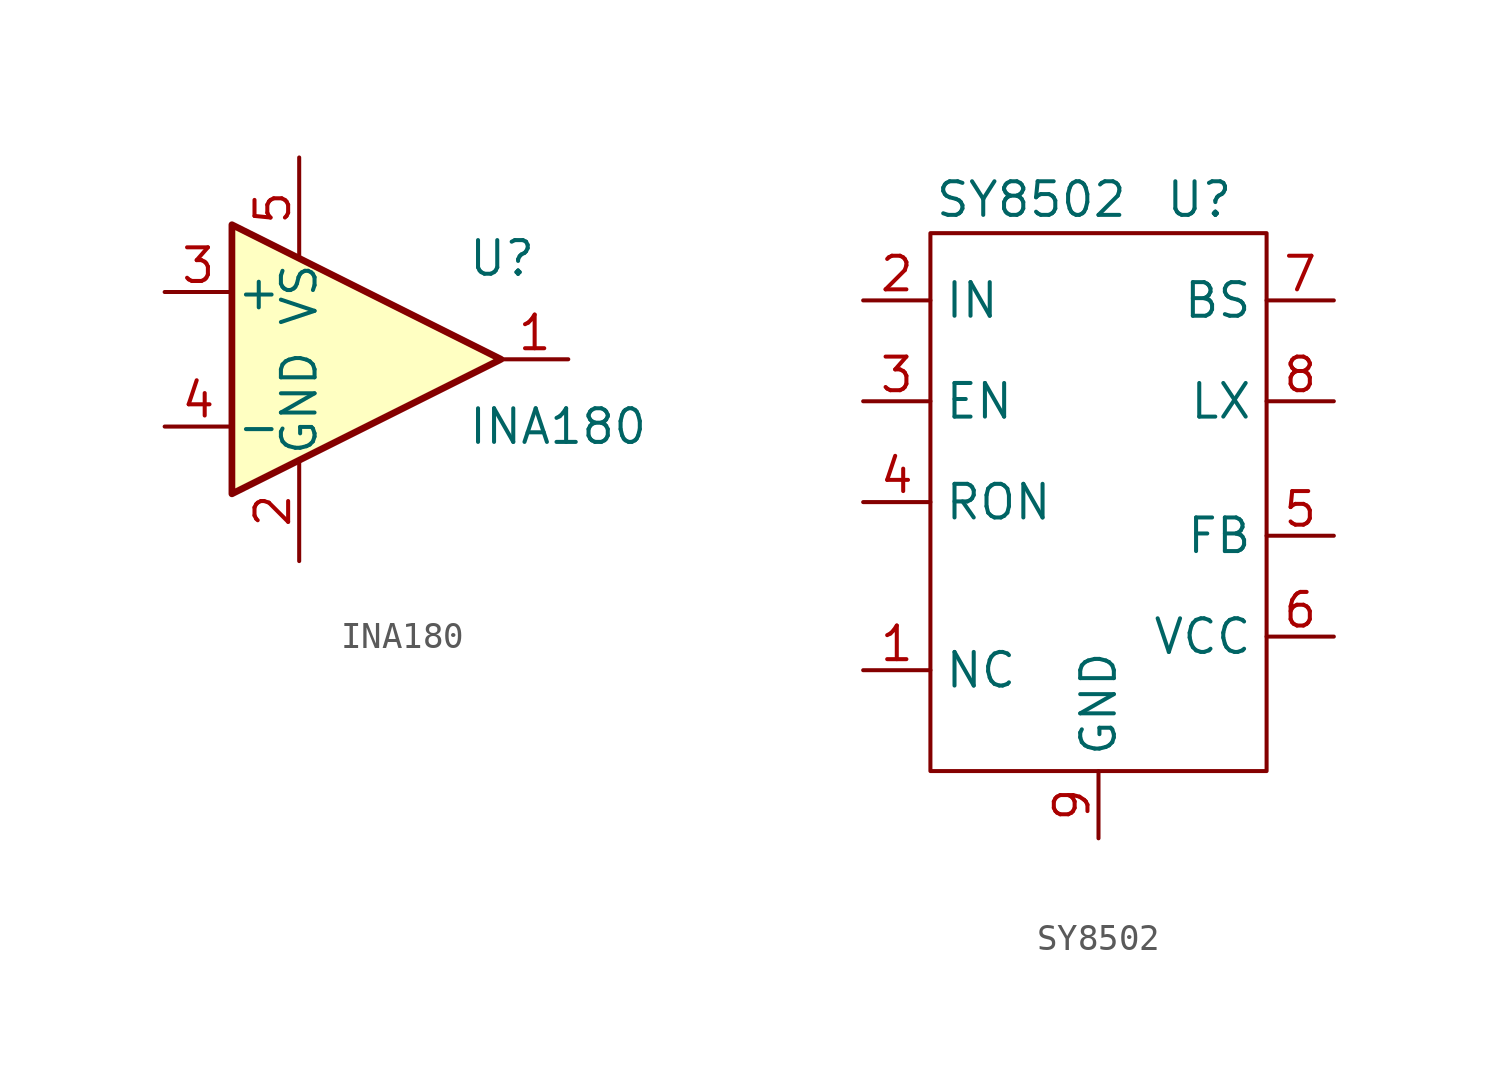
<source format=kicad_sym>
(kicad_symbol_lib
  (version 20211014)
  (generator kicad_symbol_editor)
  (symbol "INA180"
    (pin_names
      (offset 0.127))
    (property "Reference" "U"
      (at 3.81 3.81 0)
      (effects (font (size 1.27 1.27)) (justify left)))
    (property "Value" "INA180"
      (at 3.81 -2.54 0)
      (effects (font (size 1.27 1.27)) (justify left)))
    (symbol "INA180_0_1"
      (polyline (pts (xy 5.08 0) (xy -5.08 5.08) (xy -5.08 -5.08) (xy 5.08 0)) (stroke (width 0.254) (type default) (color 0 0 0 0)) (fill (type background))))
    (symbol "INA180_1_1"
      (pin output line (at 7.62 0 180) (length 2.54) (name "~" (effects (font (size 1.27 1.27)))) (number "1" (effects (font (size 1.27 1.27)))))
      (pin power_in line (at -2.54 -7.62 90) (length 3.81) (name "GND" (effects (font (size 1.27 1.27)))) (number "2" (effects (font (size 1.27 1.27)))))
      (pin input line (at -7.62 2.54 0) (length 2.54) (name "+" (effects (font (size 1.27 1.27)))) (number "3" (effects (font (size 1.27 1.27)))))
      (pin input line (at -7.62 -2.54 0) (length 2.54) (name "-" (effects (font (size 1.27 1.27)))) (number "4" (effects (font (size 1.27 1.27)))))
      (pin power_in line (at -2.54 7.62 270) (length 3.81) (name "VS" (effects (font (size 1.27 1.27)))) (number "5" (effects (font (size 1.27 1.27)))))))
  (symbol "SY8502"
    (property "Reference" "U"
      (at 3.81 -1.27 0)
      (effects (font (size 1.27 1.27))))
    (property "Value" "SY8502"
      (at -2.54 -1.27 0)
      (effects (font (size 1.27 1.27))))
    (symbol "SY8502_0_1"
      (rectangle (start -6.35 -2.54) (end 6.35 -22.86) (stroke (width 0) (type default) (color 0 0 0 0)) (fill (type none))))
    (symbol "SY8502_1_1"
      (pin input line (at -8.89 -19.05 0) (length 2.54) (name "NC" (effects (font (size 1.27 1.27)))) (number "1" (effects (font (size 1.27 1.27)))))
      (pin input line (at -8.89 -5.08 0) (length 2.54) (name "IN" (effects (font (size 1.27 1.27)))) (number "2" (effects (font (size 1.27 1.27)))))
      (pin input line (at -8.89 -8.89 0) (length 2.54) (name "EN" (effects (font (size 1.27 1.27)))) (number "3" (effects (font (size 1.27 1.27)))))
      (pin input line (at -8.89 -12.7 0) (length 2.54) (name "RON" (effects (font (size 1.27 1.27)))) (number "4" (effects (font (size 1.27 1.27)))))
      (pin input line (at 8.89 -13.97 180) (length 2.54) (name "FB" (effects (font (size 1.27 1.27)))) (number "5" (effects (font (size 1.27 1.27)))))
      (pin input line (at 8.89 -17.78 180) (length 2.54) (name "VCC" (effects (font (size 1.27 1.27)))) (number "6" (effects (font (size 1.27 1.27)))))
      (pin input line (at 8.89 -5.08 180) (length 2.54) (name "BS" (effects (font (size 1.27 1.27)))) (number "7" (effects (font (size 1.27 1.27)))))
      (pin input line (at 8.89 -8.89 180) (length 2.54) (name "LX" (effects (font (size 1.27 1.27)))) (number "8" (effects (font (size 1.27 1.27)))))
      (pin input line (at 0 -25.4 90) (length 2.54) (name "GND" (effects (font (size 1.27 1.27)))) (number "9" (effects (font (size 1.27 1.27))))))))
</source>
